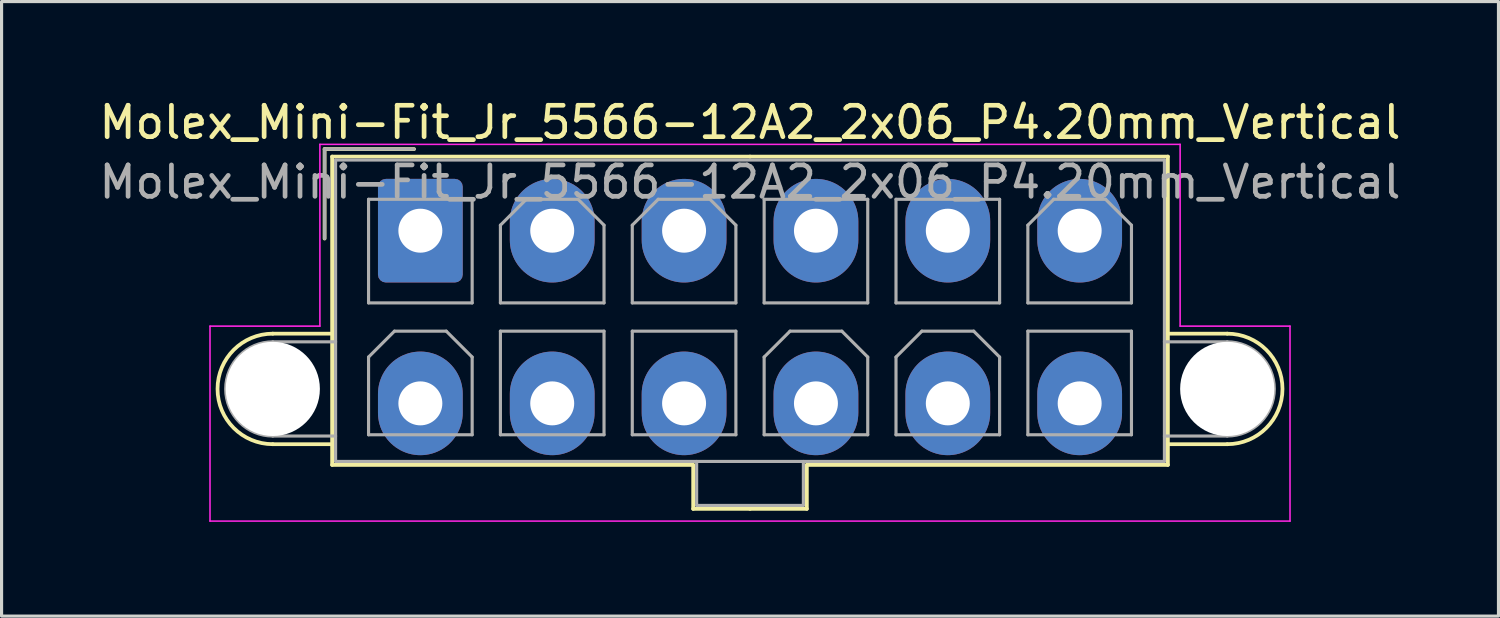
<source format=kicad_pcb>
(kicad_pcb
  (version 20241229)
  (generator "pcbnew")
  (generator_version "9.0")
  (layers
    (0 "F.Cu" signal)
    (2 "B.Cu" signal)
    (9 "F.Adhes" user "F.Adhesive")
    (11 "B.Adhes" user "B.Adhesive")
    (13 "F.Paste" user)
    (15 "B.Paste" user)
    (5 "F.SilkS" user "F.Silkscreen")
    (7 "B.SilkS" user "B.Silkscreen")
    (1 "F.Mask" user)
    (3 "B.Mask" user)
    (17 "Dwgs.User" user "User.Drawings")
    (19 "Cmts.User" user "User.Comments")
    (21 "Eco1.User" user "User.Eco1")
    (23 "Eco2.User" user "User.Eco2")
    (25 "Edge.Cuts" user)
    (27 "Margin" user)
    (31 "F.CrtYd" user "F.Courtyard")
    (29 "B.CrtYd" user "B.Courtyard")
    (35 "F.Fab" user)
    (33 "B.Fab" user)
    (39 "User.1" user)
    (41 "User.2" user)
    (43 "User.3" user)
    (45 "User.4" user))
  (footprint "Molex_Mini-Fit_Jr_5566-12A2_2x06_P4.20mm_Vertical"
    (layer "F.Cu")
    (at 10.339 4.298)
    (property "Reference" "Molex_Mini-Fit_Jr_5566-12A2_2x06_P4.20mm_Vertical" (at 10.5 -3.45 0) (layer "F.SilkS") (effects (font (size 1 1) (thickness 0.15))))
    (attr through_hole)
    (fp_line (start -4.7 3.28) (end -2.81 3.28) (stroke (width 0.12) (type solid)) (layer "F.SilkS"))
    (fp_line (start -4.7 6.8) (end -2.81 6.8) (stroke (width 0.12) (type solid)) (layer "F.SilkS"))
    (fp_line (start -3.05 -2.6) (end -3.05 0.25) (stroke (width 0.12) (type solid)) (layer "F.SilkS"))
    (fp_line (start -2.81 -2.36) (end -2.81 7.46) (stroke (width 0.12) (type solid)) (layer "F.SilkS"))
    (fp_line (start -2.81 7.46) (end 8.69 7.46) (stroke (width 0.12) (type solid)) (layer "F.SilkS"))
    (fp_line (start -0.2 -2.6) (end -3.05 -2.6) (stroke (width 0.12) (type solid)) (layer "F.SilkS"))
    (fp_line (start 8.69 7.46) (end 8.69 8.86) (stroke (width 0.12) (type solid)) (layer "F.SilkS"))
    (fp_line (start 8.69 8.86) (end 10.5 8.86) (stroke (width 0.12) (type solid)) (layer "F.SilkS"))
    (fp_line (start 10.5 -2.36) (end -2.81 -2.36) (stroke (width 0.12) (type solid)) (layer "F.SilkS"))
    (fp_line (start 10.5 -2.36) (end 23.81 -2.36) (stroke (width 0.12) (type solid)) (layer "F.SilkS"))
    (fp_line (start 12.31 7.46) (end 12.31 8.86) (stroke (width 0.12) (type solid)) (layer "F.SilkS"))
    (fp_line (start 12.31 8.86) (end 10.5 8.86) (stroke (width 0.12) (type solid)) (layer "F.SilkS"))
    (fp_line (start 23.81 -2.36) (end 23.81 7.46) (stroke (width 0.12) (type solid)) (layer "F.SilkS"))
    (fp_line (start 23.81 7.46) (end 12.31 7.46) (stroke (width 0.12) (type solid)) (layer "F.SilkS"))
    (fp_line (start 25.7 3.28) (end 23.81 3.28) (stroke (width 0.12) (type solid)) (layer "F.SilkS"))
    (fp_line (start 25.7 6.8) (end 23.81 6.8) (stroke (width 0.12) (type solid)) (layer "F.SilkS"))
    (fp_arc (start -4.7 6.8) (mid -6.46 5.04) (end -4.7 3.28) (stroke (width 0.12) (type solid)) (layer "F.SilkS"))
    (fp_arc (start 25.7 3.28) (mid 27.46 5.04) (end 25.7 6.8) (stroke (width 0.12) (type solid)) (layer "F.SilkS"))
    (fp_line (start -6.7 3.04) (end -6.7 9.25) (stroke (width 0.05) (type solid)) (layer "F.CrtYd"))
    (fp_line (start -6.7 9.25) (end 27.7 9.25) (stroke (width 0.05) (type solid)) (layer "F.CrtYd"))
    (fp_line (start -3.2 -2.75) (end -3.2 3.04) (stroke (width 0.05) (type solid)) (layer "F.CrtYd"))
    (fp_line (start -3.2 3.04) (end -6.7 3.04) (stroke (width 0.05) (type solid)) (layer "F.CrtYd"))
    (fp_line (start 24.2 -2.75) (end -3.2 -2.75) (stroke (width 0.05) (type solid)) (layer "F.CrtYd"))
    (fp_line (start 24.2 3.04) (end 24.2 -2.75) (stroke (width 0.05) (type solid)) (layer "F.CrtYd"))
    (fp_line (start 27.7 3.04) (end 24.2 3.04) (stroke (width 0.05) (type solid)) (layer "F.CrtYd"))
    (fp_line (start 27.7 9.25) (end 27.7 3.04) (stroke (width 0.05) (type solid)) (layer "F.CrtYd"))
    (fp_line (start -4.7 3.54) (end -2.7 3.54) (stroke (width 0.1) (type solid)) (layer "F.Fab"))
    (fp_line (start -4.7 6.54) (end -2.7 6.54) (stroke (width 0.1) (type solid)) (layer "F.Fab"))
    (fp_line (start -3.05 -2.6) (end -3.05 0.25) (stroke (width 0.1) (type solid)) (layer "F.Fab"))
    (fp_line (start -2.7 -2.25) (end -2.7 7.35) (stroke (width 0.1) (type solid)) (layer "F.Fab"))
    (fp_line (start -2.7 7.35) (end 23.7 7.35) (stroke (width 0.1) (type solid)) (layer "F.Fab"))
    (fp_line (start -1.65 -1) (end -1.65 2.3) (stroke (width 0.1) (type solid)) (layer "F.Fab"))
    (fp_line (start -1.65 2.3) (end 1.65 2.3) (stroke (width 0.1) (type solid)) (layer "F.Fab"))
    (fp_line (start -1.65 4.025) (end -0.825 3.2) (stroke (width 0.1) (type solid)) (layer "F.Fab"))
    (fp_line (start -1.65 6.5) (end -1.65 4.025) (stroke (width 0.1) (type solid)) (layer "F.Fab"))
    (fp_line (start -0.825 3.2) (end 0.825 3.2) (stroke (width 0.1) (type solid)) (layer "F.Fab"))
    (fp_line (start -0.2 -2.6) (end -3.05 -2.6) (stroke (width 0.1) (type solid)) (layer "F.Fab"))
    (fp_line (start 0.825 3.2) (end 1.65 4.025) (stroke (width 0.1) (type solid)) (layer "F.Fab"))
    (fp_line (start 1.65 -1) (end -1.65 -1) (stroke (width 0.1) (type solid)) (layer "F.Fab"))
    (fp_line (start 1.65 2.3) (end 1.65 -1) (stroke (width 0.1) (type solid)) (layer "F.Fab"))
    (fp_line (start 1.65 4.025) (end 1.65 6.5) (stroke (width 0.1) (type solid)) (layer "F.Fab"))
    (fp_line (start 1.65 6.5) (end -1.65 6.5) (stroke (width 0.1) (type solid)) (layer "F.Fab"))
    (fp_line (start 2.55 -0.175) (end 3.375 -1) (stroke (width 0.1) (type solid)) (layer "F.Fab"))
    (fp_line (start 2.55 2.3) (end 2.55 -0.175) (stroke (width 0.1) (type solid)) (layer "F.Fab"))
    (fp_line (start 2.55 3.2) (end 2.55 6.5) (stroke (width 0.1) (type solid)) (layer "F.Fab"))
    (fp_line (start 2.55 6.5) (end 5.85 6.5) (stroke (width 0.1) (type solid)) (layer "F.Fab"))
    (fp_line (start 3.375 -1) (end 5.025 -1) (stroke (width 0.1) (type solid)) (layer "F.Fab"))
    (fp_line (start 5.025 -1) (end 5.85 -0.175) (stroke (width 0.1) (type solid)) (layer "F.Fab"))
    (fp_line (start 5.85 -0.175) (end 5.85 2.3) (stroke (width 0.1) (type solid)) (layer "F.Fab"))
    (fp_line (start 5.85 2.3) (end 2.55 2.3) (stroke (width 0.1) (type solid)) (layer "F.Fab"))
    (fp_line (start 5.85 3.2) (end 2.55 3.2) (stroke (width 0.1) (type solid)) (layer "F.Fab"))
    (fp_line (start 5.85 6.5) (end 5.85 3.2) (stroke (width 0.1) (type solid)) (layer "F.Fab"))
    (fp_line (start 6.75 -0.175) (end 7.575 -1) (stroke (width 0.1) (type solid)) (layer "F.Fab"))
    (fp_line (start 6.75 2.3) (end 6.75 -0.175) (stroke (width 0.1) (type solid)) (layer "F.Fab"))
    (fp_line (start 6.75 3.2) (end 6.75 6.5) (stroke (width 0.1) (type solid)) (layer "F.Fab"))
    (fp_line (start 6.75 6.5) (end 10.05 6.5) (stroke (width 0.1) (type solid)) (layer "F.Fab"))
    (fp_line (start 7.575 -1) (end 9.225 -1) (stroke (width 0.1) (type solid)) (layer "F.Fab"))
    (fp_line (start 8.8 7.35) (end 8.8 8.75) (stroke (width 0.1) (type solid)) (layer "F.Fab"))
    (fp_line (start 8.8 8.75) (end 12.2 8.75) (stroke (width 0.1) (type solid)) (layer "F.Fab"))
    (fp_line (start 9.225 -1) (end 10.05 -0.175) (stroke (width 0.1) (type solid)) (layer "F.Fab"))
    (fp_line (start 10.05 -0.175) (end 10.05 2.3) (stroke (width 0.1) (type solid)) (layer "F.Fab"))
    (fp_line (start 10.05 2.3) (end 6.75 2.3) (stroke (width 0.1) (type solid)) (layer "F.Fab"))
    (fp_line (start 10.05 3.2) (end 6.75 3.2) (stroke (width 0.1) (type solid)) (layer "F.Fab"))
    (fp_line (start 10.05 6.5) (end 10.05 3.2) (stroke (width 0.1) (type solid)) (layer "F.Fab"))
    (fp_line (start 10.95 -1) (end 10.95 2.3) (stroke (width 0.1) (type solid)) (layer "F.Fab"))
    (fp_line (start 10.95 2.3) (end 14.25 2.3) (stroke (width 0.1) (type solid)) (layer "F.Fab"))
    (fp_line (start 10.95 4.025) (end 11.775 3.2) (stroke (width 0.1) (type solid)) (layer "F.Fab"))
    (fp_line (start 10.95 6.5) (end 10.95 4.025) (stroke (width 0.1) (type solid)) (layer "F.Fab"))
    (fp_line (start 11.775 3.2) (end 13.425 3.2) (stroke (width 0.1) (type solid)) (layer "F.Fab"))
    (fp_line (start 12.2 8.75) (end 12.2 7.35) (stroke (width 0.1) (type solid)) (layer "F.Fab"))
    (fp_line (start 13.425 3.2) (end 14.25 4.025) (stroke (width 0.1) (type solid)) (layer "F.Fab"))
    (fp_line (start 14.25 -1) (end 10.95 -1) (stroke (width 0.1) (type solid)) (layer "F.Fab"))
    (fp_line (start 14.25 2.3) (end 14.25 -1) (stroke (width 0.1) (type solid)) (layer "F.Fab"))
    (fp_line (start 14.25 4.025) (end 14.25 6.5) (stroke (width 0.1) (type solid)) (layer "F.Fab"))
    (fp_line (start 14.25 6.5) (end 10.95 6.5) (stroke (width 0.1) (type solid)) (layer "F.Fab"))
    (fp_line (start 15.15 -1) (end 15.15 2.3) (stroke (width 0.1) (type solid)) (layer "F.Fab"))
    (fp_line (start 15.15 2.3) (end 18.45 2.3) (stroke (width 0.1) (type solid)) (layer "F.Fab"))
    (fp_line (start 15.15 4.025) (end 15.975 3.2) (stroke (width 0.1) (type solid)) (layer "F.Fab"))
    (fp_line (start 15.15 6.5) (end 15.15 4.025) (stroke (width 0.1) (type solid)) (layer "F.Fab"))
    (fp_line (start 15.975 3.2) (end 17.625 3.2) (stroke (width 0.1) (type solid)) (layer "F.Fab"))
    (fp_line (start 17.625 3.2) (end 18.45 4.025) (stroke (width 0.1) (type solid)) (layer "F.Fab"))
    (fp_line (start 18.45 -1) (end 15.15 -1) (stroke (width 0.1) (type solid)) (layer "F.Fab"))
    (fp_line (start 18.45 2.3) (end 18.45 -1) (stroke (width 0.1) (type solid)) (layer "F.Fab"))
    (fp_line (start 18.45 4.025) (end 18.45 6.5) (stroke (width 0.1) (type solid)) (layer "F.Fab"))
    (fp_line (start 18.45 6.5) (end 15.15 6.5) (stroke (width 0.1) (type solid)) (layer "F.Fab"))
    (fp_line (start 19.35 -0.175) (end 20.175 -1) (stroke (width 0.1) (type solid)) (layer "F.Fab"))
    (fp_line (start 19.35 2.3) (end 19.35 -0.175) (stroke (width 0.1) (type solid)) (layer "F.Fab"))
    (fp_line (start 19.35 3.2) (end 19.35 6.5) (stroke (width 0.1) (type solid)) (layer "F.Fab"))
    (fp_line (start 19.35 6.5) (end 22.65 6.5) (stroke (width 0.1) (type solid)) (layer "F.Fab"))
    (fp_line (start 20.175 -1) (end 21.825 -1) (stroke (width 0.1) (type solid)) (layer "F.Fab"))
    (fp_line (start 21.825 -1) (end 22.65 -0.175) (stroke (width 0.1) (type solid)) (layer "F.Fab"))
    (fp_line (start 22.65 -0.175) (end 22.65 2.3) (stroke (width 0.1) (type solid)) (layer "F.Fab"))
    (fp_line (start 22.65 2.3) (end 19.35 2.3) (stroke (width 0.1) (type solid)) (layer "F.Fab"))
    (fp_line (start 22.65 3.2) (end 19.35 3.2) (stroke (width 0.1) (type solid)) (layer "F.Fab"))
    (fp_line (start 22.65 6.5) (end 22.65 3.2) (stroke (width 0.1) (type solid)) (layer "F.Fab"))
    (fp_line (start 23.7 -2.25) (end -2.7 -2.25) (stroke (width 0.1) (type solid)) (layer "F.Fab"))
    (fp_line (start 23.7 7.35) (end 23.7 -2.25) (stroke (width 0.1) (type solid)) (layer "F.Fab"))
    (fp_line (start 25.7 3.54) (end 23.7 3.54) (stroke (width 0.1) (type solid)) (layer "F.Fab"))
    (fp_line (start 25.7 6.54) (end 23.7 6.54) (stroke (width 0.1) (type solid)) (layer "F.Fab"))
    (fp_arc (start -4.7 6.54) (mid -6.2 5.04) (end -4.7 3.54) (stroke (width 0.1) (type solid)) (layer "F.Fab"))
    (fp_arc (start 25.7 3.54) (mid 27.2 5.04) (end 25.7 6.54) (stroke (width 0.1) (type solid)) (layer "F.Fab"))
    (fp_text user "${REFERENCE}" (at 10.5 -1.55 0) (layer "F.Fab") (effects (font (size 1 1) (thickness 0.15))))
    (pad "" np_thru_hole circle (at -4.7 5.04) (size 3 3) (drill 3) (layers "*.Cu" "*.Mask"))
    (pad "" np_thru_hole circle (at 25.7 5.04) (size 3 3) (drill 3) (layers "*.Cu" "*.Mask"))
    (pad "1" thru_hole roundrect (at 0 0) (size 2.7 3.3) (drill 1.4) (layers "*.Cu" "*.Mask") (roundrect_rratio 0.093))
    (pad "2" thru_hole oval (at 4.2 0) (size 2.7 3.3) (drill 1.4) (layers "*.Cu" "*.Mask"))
    (pad "3" thru_hole oval (at 8.4 0) (size 2.7 3.3) (drill 1.4) (layers "*.Cu" "*.Mask"))
    (pad "4" thru_hole oval (at 12.6 0) (size 2.7 3.3) (drill 1.4) (layers "*.Cu" "*.Mask"))
    (pad "5" thru_hole oval (at 16.8 0) (size 2.7 3.3) (drill 1.4) (layers "*.Cu" "*.Mask"))
    (pad "6" thru_hole oval (at 21 0) (size 2.7 3.3) (drill 1.4) (layers "*.Cu" "*.Mask"))
    (pad "7" thru_hole oval (at 0 5.5) (size 2.7 3.3) (drill 1.4) (layers "*.Cu" "*.Mask"))
    (pad "8" thru_hole oval (at 4.2 5.5) (size 2.7 3.3) (drill 1.4) (layers "*.Cu" "*.Mask"))
    (pad "9" thru_hole oval (at 8.4 5.5) (size 2.7 3.3) (drill 1.4) (layers "*.Cu" "*.Mask"))
    (pad "10" thru_hole oval (at 12.6 5.5) (size 2.7 3.3) (drill 1.4) (layers "*.Cu" "*.Mask"))
    (pad "11" thru_hole oval (at 16.8 5.5) (size 2.7 3.3) (drill 1.4) (layers "*.Cu" "*.Mask"))
    (pad "12" thru_hole oval (at 21 5.5) (size 2.7 3.3) (drill 1.4) (layers "*.Cu" "*.Mask")))
  (gr_rect
    (start -3 -3)
    (end 44.679 16.573)
    (stroke (width 0.1) (type default))
    (fill no)
    (layer "Edge.Cuts")))
</source>
